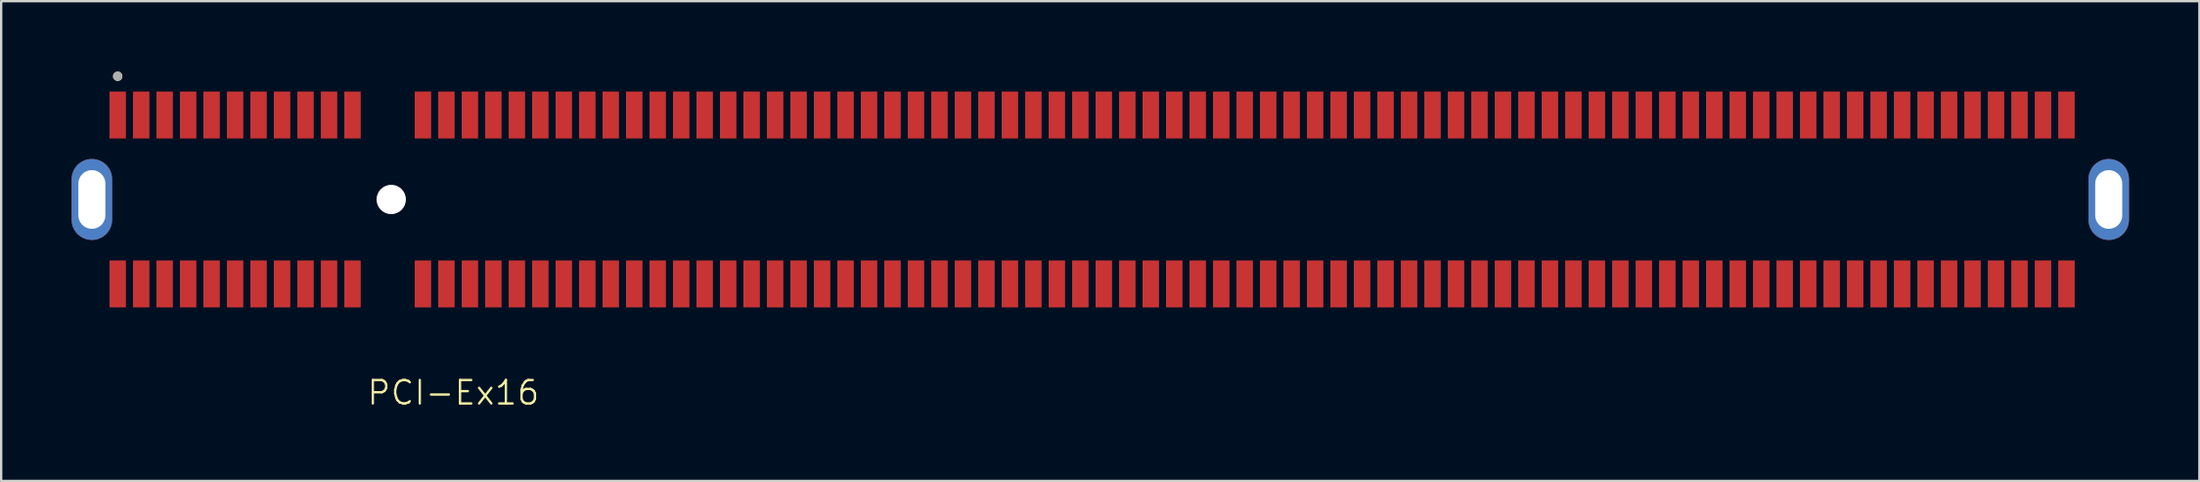
<source format=kicad_pcb>
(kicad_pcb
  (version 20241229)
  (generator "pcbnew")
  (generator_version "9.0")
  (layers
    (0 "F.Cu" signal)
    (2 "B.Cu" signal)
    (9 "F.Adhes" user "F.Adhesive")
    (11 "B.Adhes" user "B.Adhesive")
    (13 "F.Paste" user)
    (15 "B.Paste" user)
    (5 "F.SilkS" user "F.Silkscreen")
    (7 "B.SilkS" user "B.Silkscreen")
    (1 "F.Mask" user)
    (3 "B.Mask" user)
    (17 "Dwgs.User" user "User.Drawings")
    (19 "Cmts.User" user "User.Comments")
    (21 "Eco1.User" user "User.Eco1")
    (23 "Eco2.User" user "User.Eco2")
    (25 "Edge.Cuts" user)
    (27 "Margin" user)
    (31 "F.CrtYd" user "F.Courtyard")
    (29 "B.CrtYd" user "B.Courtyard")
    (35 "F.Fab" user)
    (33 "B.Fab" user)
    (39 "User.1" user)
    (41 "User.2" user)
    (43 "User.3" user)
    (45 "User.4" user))
  (footprint "PCI-Ex16"
    (layer "F.Cu")
    (at 16.258 14.185)
    (property "Reference" "PCI-Ex16" (at 0 -0.5 0) (unlocked yes) (layer "F.SilkS") (effects (font (size 1 1) (thickness 0.1))))
    (attr smd)
    (fp_circle (center -14.295 -13.985) (end -14.195 -13.985) (stroke (width 0.2) (type solid)) (fill no) (layer "F.SilkS"))
    (fp_circle (center -14.295 -13.985) (end -14.195 -13.985) (stroke (width 0.2) (type solid)) (fill no) (layer "F.Fab"))
    (pad "" np_thru_hole circle (at -2.645 -8.735) (size 1.25 1.25) (drill 1.25) (layers "*.Cu" "*.Mask"))
    (pad "A1" smd rect (at -14.295 -12.335) (size 0.7 2) (layers "F.Cu" "F.Mask" "F.Paste"))
    (pad "A2" smd rect (at -13.295 -12.335) (size 0.7 2) (layers "F.Cu" "F.Mask" "F.Paste"))
    (pad "A3" smd rect (at -12.295 -12.335) (size 0.7 2) (layers "F.Cu" "F.Mask" "F.Paste"))
    (pad "A4" smd rect (at -11.295 -12.335) (size 0.7 2) (layers "F.Cu" "F.Mask" "F.Paste"))
    (pad "A5" smd rect (at -10.295 -12.335) (size 0.7 2) (layers "F.Cu" "F.Mask" "F.Paste"))
    (pad "A6" smd rect (at -9.295 -12.335) (size 0.7 2) (layers "F.Cu" "F.Mask" "F.Paste"))
    (pad "A7" smd rect (at -8.295 -12.335) (size 0.7 2) (layers "F.Cu" "F.Mask" "F.Paste"))
    (pad "A8" smd rect (at -7.295 -12.335) (size 0.7 2) (layers "F.Cu" "F.Mask" "F.Paste"))
    (pad "A9" smd rect (at -6.295 -12.335) (size 0.7 2) (layers "F.Cu" "F.Mask" "F.Paste"))
    (pad "A10" smd rect (at -5.295 -12.335) (size 0.7 2) (layers "F.Cu" "F.Mask" "F.Paste"))
    (pad "A11" smd rect (at -4.295 -12.335) (size 0.7 2) (layers "F.Cu" "F.Mask" "F.Paste"))
    (pad "A12" smd rect (at -1.295 -12.335) (size 0.7 2) (layers "F.Cu" "F.Mask" "F.Paste"))
    (pad "A13" smd rect (at -0.295 -12.335) (size 0.7 2) (layers "F.Cu" "F.Mask" "F.Paste"))
    (pad "A14" smd rect (at 0.705 -12.335) (size 0.7 2) (layers "F.Cu" "F.Mask" "F.Paste"))
    (pad "A15" smd rect (at 1.705 -12.335) (size 0.7 2) (layers "F.Cu" "F.Mask" "F.Paste"))
    (pad "A16" smd rect (at 2.705 -12.335) (size 0.7 2) (layers "F.Cu" "F.Mask" "F.Paste"))
    (pad "A17" smd rect (at 3.705 -12.335) (size 0.7 2) (layers "F.Cu" "F.Mask" "F.Paste"))
    (pad "A18" smd rect (at 4.705 -12.335) (size 0.7 2) (layers "F.Cu" "F.Mask" "F.Paste"))
    (pad "A19" smd rect (at 5.705 -12.335) (size 0.7 2) (layers "F.Cu" "F.Mask" "F.Paste"))
    (pad "A20" smd rect (at 6.705 -12.335) (size 0.7 2) (layers "F.Cu" "F.Mask" "F.Paste"))
    (pad "A21" smd rect (at 7.705 -12.335) (size 0.7 2) (layers "F.Cu" "F.Mask" "F.Paste"))
    (pad "A22" smd rect (at 8.705 -12.335) (size 0.7 2) (layers "F.Cu" "F.Mask" "F.Paste"))
    (pad "A23" smd rect (at 9.705 -12.335) (size 0.7 2) (layers "F.Cu" "F.Mask" "F.Paste"))
    (pad "A24" smd rect (at 10.705 -12.335) (size 0.7 2) (layers "F.Cu" "F.Mask" "F.Paste"))
    (pad "A25" smd rect (at 11.705 -12.335) (size 0.7 2) (layers "F.Cu" "F.Mask" "F.Paste"))
    (pad "A26" smd rect (at 12.705 -12.335) (size 0.7 2) (layers "F.Cu" "F.Mask" "F.Paste"))
    (pad "A27" smd rect (at 13.705 -12.335) (size 0.7 2) (layers "F.Cu" "F.Mask" "F.Paste"))
    (pad "A28" smd rect (at 14.705 -12.335) (size 0.7 2) (layers "F.Cu" "F.Mask" "F.Paste"))
    (pad "A29" smd rect (at 15.705 -12.335) (size 0.7 2) (layers "F.Cu" "F.Mask" "F.Paste"))
    (pad "A30" smd rect (at 16.705 -12.335) (size 0.7 2) (layers "F.Cu" "F.Mask" "F.Paste"))
    (pad "A31" smd rect (at 17.705 -12.335) (size 0.7 2) (layers "F.Cu" "F.Mask" "F.Paste"))
    (pad "A32" smd rect (at 18.705 -12.335) (size 0.7 2) (layers "F.Cu" "F.Mask" "F.Paste"))
    (pad "A33" smd rect (at 19.705 -12.335) (size 0.7 2) (layers "F.Cu" "F.Mask" "F.Paste"))
    (pad "A34" smd rect (at 20.705 -12.335) (size 0.7 2) (layers "F.Cu" "F.Mask" "F.Paste"))
    (pad "A35" smd rect (at 21.705 -12.335) (size 0.7 2) (layers "F.Cu" "F.Mask" "F.Paste"))
    (pad "A36" smd rect (at 22.705 -12.335) (size 0.7 2) (layers "F.Cu" "F.Mask" "F.Paste"))
    (pad "A37" smd rect (at 23.705 -12.335) (size 0.7 2) (layers "F.Cu" "F.Mask" "F.Paste"))
    (pad "A38" smd rect (at 24.705 -12.335) (size 0.7 2) (layers "F.Cu" "F.Mask" "F.Paste"))
    (pad "A39" smd rect (at 25.705 -12.335) (size 0.7 2) (layers "F.Cu" "F.Mask" "F.Paste"))
    (pad "A40" smd rect (at 26.705 -12.335) (size 0.7 2) (layers "F.Cu" "F.Mask" "F.Paste"))
    (pad "A41" smd rect (at 27.705 -12.335) (size 0.7 2) (layers "F.Cu" "F.Mask" "F.Paste"))
    (pad "A42" smd rect (at 28.705 -12.335) (size 0.7 2) (layers "F.Cu" "F.Mask" "F.Paste"))
    (pad "A43" smd rect (at 29.705 -12.335) (size 0.7 2) (layers "F.Cu" "F.Mask" "F.Paste"))
    (pad "A44" smd rect (at 30.705 -12.335) (size 0.7 2) (layers "F.Cu" "F.Mask" "F.Paste"))
    (pad "A45" smd rect (at 31.705 -12.335) (size 0.7 2) (layers "F.Cu" "F.Mask" "F.Paste"))
    (pad "A46" smd rect (at 32.705 -12.335) (size 0.7 2) (layers "F.Cu" "F.Mask" "F.Paste"))
    (pad "A47" smd rect (at 33.705 -12.335) (size 0.7 2) (layers "F.Cu" "F.Mask" "F.Paste"))
    (pad "A48" smd rect (at 34.705 -12.335) (size 0.7 2) (layers "F.Cu" "F.Mask" "F.Paste"))
    (pad "A49" smd rect (at 35.705 -12.335) (size 0.7 2) (layers "F.Cu" "F.Mask" "F.Paste"))
    (pad "A50" smd rect (at 36.705 -12.335) (size 0.7 2) (layers "F.Cu" "F.Mask" "F.Paste"))
    (pad "A51" smd rect (at 37.705 -12.335) (size 0.7 2) (layers "F.Cu" "F.Mask" "F.Paste"))
    (pad "A52" smd rect (at 38.705 -12.335) (size 0.7 2) (layers "F.Cu" "F.Mask" "F.Paste"))
    (pad "A53" smd rect (at 39.705 -12.335) (size 0.7 2) (layers "F.Cu" "F.Mask" "F.Paste"))
    (pad "A54" smd rect (at 40.705 -12.335) (size 0.7 2) (layers "F.Cu" "F.Mask" "F.Paste"))
    (pad "A55" smd rect (at 41.705 -12.335) (size 0.7 2) (layers "F.Cu" "F.Mask" "F.Paste"))
    (pad "A56" smd rect (at 42.705 -12.335) (size 0.7 2) (layers "F.Cu" "F.Mask" "F.Paste"))
    (pad "A57" smd rect (at 43.705 -12.335) (size 0.7 2) (layers "F.Cu" "F.Mask" "F.Paste"))
    (pad "A58" smd rect (at 44.705 -12.335) (size 0.7 2) (layers "F.Cu" "F.Mask" "F.Paste"))
    (pad "A59" smd rect (at 45.705 -12.335) (size 0.7 2) (layers "F.Cu" "F.Mask" "F.Paste"))
    (pad "A60" smd rect (at 46.705 -12.335) (size 0.7 2) (layers "F.Cu" "F.Mask" "F.Paste"))
    (pad "A61" smd rect (at 47.705 -12.335) (size 0.7 2) (layers "F.Cu" "F.Mask" "F.Paste"))
    (pad "A62" smd rect (at 48.705 -12.335) (size 0.7 2) (layers "F.Cu" "F.Mask" "F.Paste"))
    (pad "A63" smd rect (at 49.705 -12.335) (size 0.7 2) (layers "F.Cu" "F.Mask" "F.Paste"))
    (pad "A64" smd rect (at 50.705 -12.335) (size 0.7 2) (layers "F.Cu" "F.Mask" "F.Paste"))
    (pad "A65" smd rect (at 51.705 -12.335) (size 0.7 2) (layers "F.Cu" "F.Mask" "F.Paste"))
    (pad "A66" smd rect (at 52.705 -12.335) (size 0.7 2) (layers "F.Cu" "F.Mask" "F.Paste"))
    (pad "A67" smd rect (at 53.705 -12.335) (size 0.7 2) (layers "F.Cu" "F.Mask" "F.Paste"))
    (pad "A68" smd rect (at 54.705 -12.335) (size 0.7 2) (layers "F.Cu" "F.Mask" "F.Paste"))
    (pad "A69" smd rect (at 55.705 -12.335) (size 0.7 2) (layers "F.Cu" "F.Mask" "F.Paste"))
    (pad "A70" smd rect (at 56.705 -12.335) (size 0.7 2) (layers "F.Cu" "F.Mask" "F.Paste"))
    (pad "A71" smd rect (at 57.705 -12.335) (size 0.7 2) (layers "F.Cu" "F.Mask" "F.Paste"))
    (pad "A72" smd rect (at 58.705 -12.335) (size 0.7 2) (layers "F.Cu" "F.Mask" "F.Paste"))
    (pad "A73" smd rect (at 59.705 -12.335) (size 0.7 2) (layers "F.Cu" "F.Mask" "F.Paste"))
    (pad "A74" smd rect (at 60.705 -12.335) (size 0.7 2) (layers "F.Cu" "F.Mask" "F.Paste"))
    (pad "A75" smd rect (at 61.705 -12.335) (size 0.7 2) (layers "F.Cu" "F.Mask" "F.Paste"))
    (pad "A76" smd rect (at 62.705 -12.335) (size 0.7 2) (layers "F.Cu" "F.Mask" "F.Paste"))
    (pad "A77" smd rect (at 63.705 -12.335) (size 0.7 2) (layers "F.Cu" "F.Mask" "F.Paste"))
    (pad "A78" smd rect (at 64.705 -12.335) (size 0.7 2) (layers "F.Cu" "F.Mask" "F.Paste"))
    (pad "A79" smd rect (at 65.705 -12.335) (size 0.7 2) (layers "F.Cu" "F.Mask" "F.Paste"))
    (pad "A80" smd rect (at 66.705 -12.335) (size 0.7 2) (layers "F.Cu" "F.Mask" "F.Paste"))
    (pad "A81" smd rect (at 67.705 -12.335) (size 0.7 2) (layers "F.Cu" "F.Mask" "F.Paste"))
    (pad "A82" smd rect (at 68.705 -12.335) (size 0.7 2) (layers "F.Cu" "F.Mask" "F.Paste"))
    (pad "B1" smd rect (at -14.295 -5.135) (size 0.7 2) (layers "F.Cu" "F.Mask" "F.Paste"))
    (pad "B2" smd rect (at -13.295 -5.135) (size 0.7 2) (layers "F.Cu" "F.Mask" "F.Paste"))
    (pad "B3" smd rect (at -12.295 -5.135) (size 0.7 2) (layers "F.Cu" "F.Mask" "F.Paste"))
    (pad "B4" smd rect (at -11.295 -5.135) (size 0.7 2) (layers "F.Cu" "F.Mask" "F.Paste"))
    (pad "B5" smd rect (at -10.295 -5.135) (size 0.7 2) (layers "F.Cu" "F.Mask" "F.Paste"))
    (pad "B6" smd rect (at -9.295 -5.135) (size 0.7 2) (layers "F.Cu" "F.Mask" "F.Paste"))
    (pad "B7" smd rect (at -8.295 -5.135) (size 0.7 2) (layers "F.Cu" "F.Mask" "F.Paste"))
    (pad "B8" smd rect (at -7.295 -5.135) (size 0.7 2) (layers "F.Cu" "F.Mask" "F.Paste"))
    (pad "B9" smd rect (at -6.295 -5.135) (size 0.7 2) (layers "F.Cu" "F.Mask" "F.Paste"))
    (pad "B10" smd rect (at -5.295 -5.135) (size 0.7 2) (layers "F.Cu" "F.Mask" "F.Paste"))
    (pad "B11" smd rect (at -4.295 -5.135) (size 0.7 2) (layers "F.Cu" "F.Mask" "F.Paste"))
    (pad "B12" smd rect (at -1.295 -5.135) (size 0.7 2) (layers "F.Cu" "F.Mask" "F.Paste"))
    (pad "B13" smd rect (at -0.295 -5.135) (size 0.7 2) (layers "F.Cu" "F.Mask" "F.Paste"))
    (pad "B14" smd rect (at 0.705 -5.135) (size 0.7 2) (layers "F.Cu" "F.Mask" "F.Paste"))
    (pad "B15" smd rect (at 1.705 -5.135) (size 0.7 2) (layers "F.Cu" "F.Mask" "F.Paste"))
    (pad "B16" smd rect (at 2.705 -5.135) (size 0.7 2) (layers "F.Cu" "F.Mask" "F.Paste"))
    (pad "B17" smd rect (at 3.705 -5.135) (size 0.7 2) (layers "F.Cu" "F.Mask" "F.Paste"))
    (pad "B18" smd rect (at 4.705 -5.135) (size 0.7 2) (layers "F.Cu" "F.Mask" "F.Paste"))
    (pad "B19" smd rect (at 5.705 -5.135) (size 0.7 2) (layers "F.Cu" "F.Mask" "F.Paste"))
    (pad "B20" smd rect (at 6.705 -5.135) (size 0.7 2) (layers "F.Cu" "F.Mask" "F.Paste"))
    (pad "B21" smd rect (at 7.705 -5.135) (size 0.7 2) (layers "F.Cu" "F.Mask" "F.Paste"))
    (pad "B22" smd rect (at 8.705 -5.135) (size 0.7 2) (layers "F.Cu" "F.Mask" "F.Paste"))
    (pad "B23" smd rect (at 9.705 -5.135) (size 0.7 2) (layers "F.Cu" "F.Mask" "F.Paste"))
    (pad "B24" smd rect (at 10.705 -5.135) (size 0.7 2) (layers "F.Cu" "F.Mask" "F.Paste"))
    (pad "B25" smd rect (at 11.705 -5.135) (size 0.7 2) (layers "F.Cu" "F.Mask" "F.Paste"))
    (pad "B26" smd rect (at 12.705 -5.135) (size 0.7 2) (layers "F.Cu" "F.Mask" "F.Paste"))
    (pad "B27" smd rect (at 13.705 -5.135) (size 0.7 2) (layers "F.Cu" "F.Mask" "F.Paste"))
    (pad "B28" smd rect (at 14.705 -5.135) (size 0.7 2) (layers "F.Cu" "F.Mask" "F.Paste"))
    (pad "B29" smd rect (at 15.705 -5.135) (size 0.7 2) (layers "F.Cu" "F.Mask" "F.Paste"))
    (pad "B30" smd rect (at 16.705 -5.135) (size 0.7 2) (layers "F.Cu" "F.Mask" "F.Paste"))
    (pad "B31" smd rect (at 17.705 -5.135) (size 0.7 2) (layers "F.Cu" "F.Mask" "F.Paste"))
    (pad "B32" smd rect (at 18.705 -5.135) (size 0.7 2) (layers "F.Cu" "F.Mask" "F.Paste"))
    (pad "B33" smd rect (at 19.705 -5.135) (size 0.7 2) (layers "F.Cu" "F.Mask" "F.Paste"))
    (pad "B34" smd rect (at 20.705 -5.135) (size 0.7 2) (layers "F.Cu" "F.Mask" "F.Paste"))
    (pad "B35" smd rect (at 21.705 -5.135) (size 0.7 2) (layers "F.Cu" "F.Mask" "F.Paste"))
    (pad "B36" smd rect (at 22.705 -5.135) (size 0.7 2) (layers "F.Cu" "F.Mask" "F.Paste"))
    (pad "B37" smd rect (at 23.705 -5.135) (size 0.7 2) (layers "F.Cu" "F.Mask" "F.Paste"))
    (pad "B38" smd rect (at 24.705 -5.135) (size 0.7 2) (layers "F.Cu" "F.Mask" "F.Paste"))
    (pad "B39" smd rect (at 25.705 -5.135) (size 0.7 2) (layers "F.Cu" "F.Mask" "F.Paste"))
    (pad "B40" smd rect (at 26.705 -5.135) (size 0.7 2) (layers "F.Cu" "F.Mask" "F.Paste"))
    (pad "B41" smd rect (at 27.705 -5.135) (size 0.7 2) (layers "F.Cu" "F.Mask" "F.Paste"))
    (pad "B42" smd rect (at 28.705 -5.135) (size 0.7 2) (layers "F.Cu" "F.Mask" "F.Paste"))
    (pad "B43" smd rect (at 29.705 -5.135) (size 0.7 2) (layers "F.Cu" "F.Mask" "F.Paste"))
    (pad "B44" smd rect (at 30.705 -5.135) (size 0.7 2) (layers "F.Cu" "F.Mask" "F.Paste"))
    (pad "B45" smd rect (at 31.705 -5.135) (size 0.7 2) (layers "F.Cu" "F.Mask" "F.Paste"))
    (pad "B46" smd rect (at 32.705 -5.135) (size 0.7 2) (layers "F.Cu" "F.Mask" "F.Paste"))
    (pad "B47" smd rect (at 33.705 -5.135) (size 0.7 2) (layers "F.Cu" "F.Mask" "F.Paste"))
    (pad "B48" smd rect (at 34.705 -5.135) (size 0.7 2) (layers "F.Cu" "F.Mask" "F.Paste"))
    (pad "B49" smd rect (at 35.705 -5.135) (size 0.7 2) (layers "F.Cu" "F.Mask" "F.Paste"))
    (pad "B50" smd rect (at 36.705 -5.135) (size 0.7 2) (layers "F.Cu" "F.Mask" "F.Paste"))
    (pad "B51" smd rect (at 37.705 -5.135) (size 0.7 2) (layers "F.Cu" "F.Mask" "F.Paste"))
    (pad "B52" smd rect (at 38.705 -5.135) (size 0.7 2) (layers "F.Cu" "F.Mask" "F.Paste"))
    (pad "B53" smd rect (at 39.705 -5.135) (size 0.7 2) (layers "F.Cu" "F.Mask" "F.Paste"))
    (pad "B54" smd rect (at 40.705 -5.135) (size 0.7 2) (layers "F.Cu" "F.Mask" "F.Paste"))
    (pad "B55" smd rect (at 41.705 -5.135) (size 0.7 2) (layers "F.Cu" "F.Mask" "F.Paste"))
    (pad "B56" smd rect (at 42.705 -5.135) (size 0.7 2) (layers "F.Cu" "F.Mask" "F.Paste"))
    (pad "B57" smd rect (at 43.705 -5.135) (size 0.7 2) (layers "F.Cu" "F.Mask" "F.Paste"))
    (pad "B58" smd rect (at 44.705 -5.135) (size 0.7 2) (layers "F.Cu" "F.Mask" "F.Paste"))
    (pad "B59" smd rect (at 45.705 -5.135) (size 0.7 2) (layers "F.Cu" "F.Mask" "F.Paste"))
    (pad "B60" smd rect (at 46.705 -5.135) (size 0.7 2) (layers "F.Cu" "F.Mask" "F.Paste"))
    (pad "B61" smd rect (at 47.705 -5.135) (size 0.7 2) (layers "F.Cu" "F.Mask" "F.Paste"))
    (pad "B62" smd rect (at 48.705 -5.135) (size 0.7 2) (layers "F.Cu" "F.Mask" "F.Paste"))
    (pad "B63" smd rect (at 49.705 -5.135) (size 0.7 2) (layers "F.Cu" "F.Mask" "F.Paste"))
    (pad "B64" smd rect (at 50.705 -5.135) (size 0.7 2) (layers "F.Cu" "F.Mask" "F.Paste"))
    (pad "B65" smd rect (at 51.705 -5.135) (size 0.7 2) (layers "F.Cu" "F.Mask" "F.Paste"))
    (pad "B66" smd rect (at 52.705 -5.135) (size 0.7 2) (layers "F.Cu" "F.Mask" "F.Paste"))
    (pad "B67" smd rect (at 53.705 -5.135) (size 0.7 2) (layers "F.Cu" "F.Mask" "F.Paste"))
    (pad "B68" smd rect (at 54.705 -5.135) (size 0.7 2) (layers "F.Cu" "F.Mask" "F.Paste"))
    (pad "B69" smd rect (at 55.705 -5.135) (size 0.7 2) (layers "F.Cu" "F.Mask" "F.Paste"))
    (pad "B70" smd rect (at 56.705 -5.135) (size 0.7 2) (layers "F.Cu" "F.Mask" "F.Paste"))
    (pad "B71" smd rect (at 57.705 -5.135) (size 0.7 2) (layers "F.Cu" "F.Mask" "F.Paste"))
    (pad "B72" smd rect (at 58.705 -5.135) (size 0.7 2) (layers "F.Cu" "F.Mask" "F.Paste"))
    (pad "B73" smd rect (at 59.705 -5.135) (size 0.7 2) (layers "F.Cu" "F.Mask" "F.Paste"))
    (pad "B74" smd rect (at 60.705 -5.135) (size 0.7 2) (layers "F.Cu" "F.Mask" "F.Paste"))
    (pad "B75" smd rect (at 61.705 -5.135) (size 0.7 2) (layers "F.Cu" "F.Mask" "F.Paste"))
    (pad "B76" smd rect (at 62.705 -5.135) (size 0.7 2) (layers "F.Cu" "F.Mask" "F.Paste"))
    (pad "B77" smd rect (at 63.705 -5.135) (size 0.7 2) (layers "F.Cu" "F.Mask" "F.Paste"))
    (pad "B78" smd rect (at 64.705 -5.135) (size 0.7 2) (layers "F.Cu" "F.Mask" "F.Paste"))
    (pad "B79" smd rect (at 65.705 -5.135) (size 0.7 2) (layers "F.Cu" "F.Mask" "F.Paste"))
    (pad "B80" smd rect (at 66.705 -5.135) (size 0.7 2) (layers "F.Cu" "F.Mask" "F.Paste"))
    (pad "B81" smd rect (at 67.705 -5.135) (size 0.7 2) (layers "F.Cu" "F.Mask" "F.Paste"))
    (pad "B82" smd rect (at 68.705 -5.135) (size 0.7 2) (layers "F.Cu" "F.Mask" "F.Paste"))
    (pad "SH1" thru_hole oval (at -15.395 -8.735) (size 1.725 3.45) (drill oval 1.15 2.5) (layers "*.Cu" "*.Mask"))
    (pad "SH2" thru_hole oval (at 70.505 -8.735) (size 1.725 3.45) (drill oval 1.15 2.5) (layers "*.Cu" "*.Mask")))
  (gr_rect
    (start -3 -3)
    (end 90.625 17.445)
    (stroke (width 0.1) (type default))
    (fill no)
    (layer "Edge.Cuts")))
</source>
